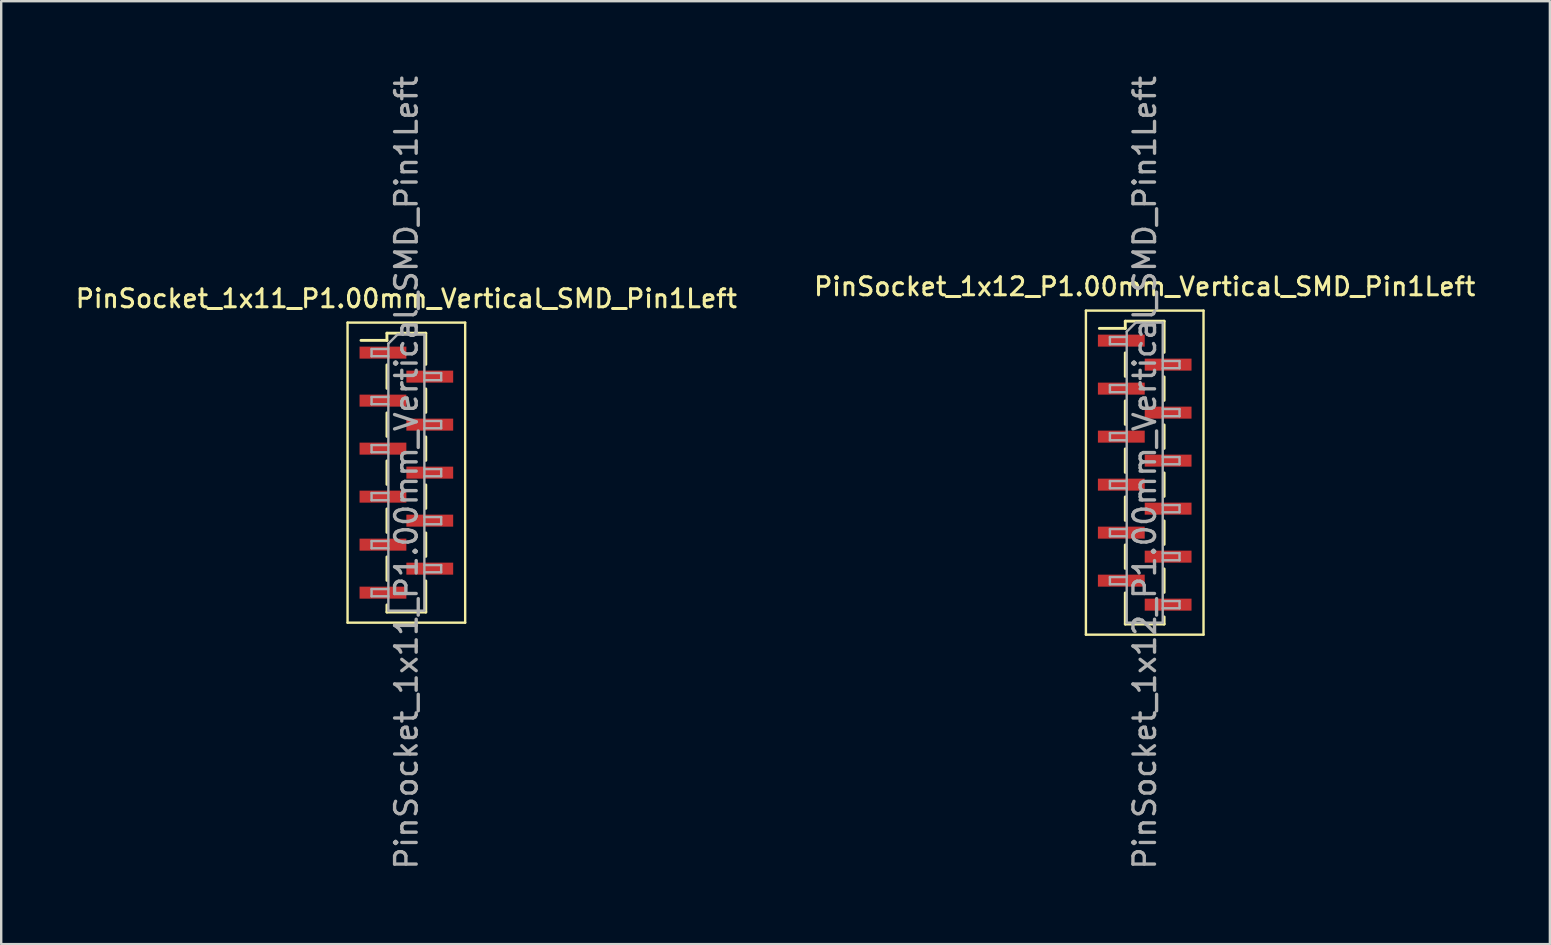
<source format=kicad_pcb>
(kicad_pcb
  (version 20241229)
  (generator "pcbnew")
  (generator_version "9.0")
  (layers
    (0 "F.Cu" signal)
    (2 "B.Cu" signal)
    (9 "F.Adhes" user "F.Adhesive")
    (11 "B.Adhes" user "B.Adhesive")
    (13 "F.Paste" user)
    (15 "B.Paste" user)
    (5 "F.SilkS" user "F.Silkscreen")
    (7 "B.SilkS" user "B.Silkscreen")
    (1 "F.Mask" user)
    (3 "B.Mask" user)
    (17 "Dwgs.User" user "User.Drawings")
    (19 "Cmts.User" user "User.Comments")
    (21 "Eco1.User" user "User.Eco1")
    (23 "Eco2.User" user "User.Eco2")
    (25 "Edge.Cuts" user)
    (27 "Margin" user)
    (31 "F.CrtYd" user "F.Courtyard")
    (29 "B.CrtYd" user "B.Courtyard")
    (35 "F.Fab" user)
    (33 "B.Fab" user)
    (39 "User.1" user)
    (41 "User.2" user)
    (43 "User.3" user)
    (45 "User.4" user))
  (footprint "PinSocket_1x12_P1.00mm_Vertical_SMD_Pin1Left"
    (layer "F.Cu")
    (at 44.641 16.641)
    (property "Reference" "PinSocket_1x12_P1.00mm_Vertical_SMD_Pin1Left" (at 0 -7.75 0) (layer "F.SilkS") (effects (font (size 0.75 0.75) (thickness 0.125))))
    (attr smd)
    (fp_line (start -2.45 -6.75) (end 2.45 -6.75) (stroke (width 0.1) (type solid)) (layer "F.SilkS"))
    (fp_line (start -2.45 6.75) (end -2.45 -6.75) (stroke (width 0.1) (type solid)) (layer "F.SilkS"))
    (fp_line (start -1.89 -6.01) (end -0.81 -6.01) (stroke (width 0.12) (type solid)) (layer "F.SilkS"))
    (fp_line (start -0.81 -6.31) (end -0.81 -6.01) (stroke (width 0.12) (type solid)) (layer "F.SilkS"))
    (fp_line (start -0.81 -6.31) (end 0.81 -6.31) (stroke (width 0.12) (type solid)) (layer "F.SilkS"))
    (fp_line (start -0.81 -4.99) (end -0.81 -4.01) (stroke (width 0.12) (type solid)) (layer "F.SilkS"))
    (fp_line (start -0.81 -2.99) (end -0.81 -2.01) (stroke (width 0.12) (type solid)) (layer "F.SilkS"))
    (fp_line (start -0.81 -0.99) (end -0.81 -0.01) (stroke (width 0.12) (type solid)) (layer "F.SilkS"))
    (fp_line (start -0.81 1.01) (end -0.81 1.99) (stroke (width 0.12) (type solid)) (layer "F.SilkS"))
    (fp_line (start -0.81 3.01) (end -0.81 3.99) (stroke (width 0.12) (type solid)) (layer "F.SilkS"))
    (fp_line (start -0.81 5.01) (end -0.81 6.31) (stroke (width 0.12) (type solid)) (layer "F.SilkS"))
    (fp_line (start -0.81 6.31) (end 0.81 6.31) (stroke (width 0.12) (type solid)) (layer "F.SilkS"))
    (fp_line (start 0.81 -6.31) (end 0.81 -5.01) (stroke (width 0.12) (type solid)) (layer "F.SilkS"))
    (fp_line (start 0.81 -3.99) (end 0.81 -3.01) (stroke (width 0.12) (type solid)) (layer "F.SilkS"))
    (fp_line (start 0.81 -1.99) (end 0.81 -1.01) (stroke (width 0.12) (type solid)) (layer "F.SilkS"))
    (fp_line (start 0.81 0.01) (end 0.81 0.99) (stroke (width 0.12) (type solid)) (layer "F.SilkS"))
    (fp_line (start 0.81 2.01) (end 0.81 2.99) (stroke (width 0.12) (type solid)) (layer "F.SilkS"))
    (fp_line (start 0.81 4.01) (end 0.81 4.99) (stroke (width 0.12) (type solid)) (layer "F.SilkS"))
    (fp_line (start 0.81 6.01) (end 0.81 6.31) (stroke (width 0.12) (type solid)) (layer "F.SilkS"))
    (fp_line (start 2.45 -6.75) (end 2.45 6.75) (stroke (width 0.1) (type solid)) (layer "F.SilkS"))
    (fp_line (start 2.45 6.75) (end -2.45 6.75) (stroke (width 0.1) (type solid)) (layer "F.SilkS"))
    (fp_line (start -1.45 -5.65) (end -0.75 -5.65) (stroke (width 0.1) (type solid)) (layer "F.Fab"))
    (fp_line (start -1.45 -5.35) (end -1.45 -5.65) (stroke (width 0.1) (type solid)) (layer "F.Fab"))
    (fp_line (start -1.45 -3.65) (end -0.75 -3.65) (stroke (width 0.1) (type solid)) (layer "F.Fab"))
    (fp_line (start -1.45 -3.35) (end -1.45 -3.65) (stroke (width 0.1) (type solid)) (layer "F.Fab"))
    (fp_line (start -1.45 -1.65) (end -0.75 -1.65) (stroke (width 0.1) (type solid)) (layer "F.Fab"))
    (fp_line (start -1.45 -1.35) (end -1.45 -1.65) (stroke (width 0.1) (type solid)) (layer "F.Fab"))
    (fp_line (start -1.45 0.35) (end -0.75 0.35) (stroke (width 0.1) (type solid)) (layer "F.Fab"))
    (fp_line (start -1.45 0.65) (end -1.45 0.35) (stroke (width 0.1) (type solid)) (layer "F.Fab"))
    (fp_line (start -1.45 2.35) (end -0.75 2.35) (stroke (width 0.1) (type solid)) (layer "F.Fab"))
    (fp_line (start -1.45 2.65) (end -1.45 2.35) (stroke (width 0.1) (type solid)) (layer "F.Fab"))
    (fp_line (start -1.45 4.35) (end -0.75 4.35) (stroke (width 0.1) (type solid)) (layer "F.Fab"))
    (fp_line (start -1.45 4.65) (end -1.45 4.35) (stroke (width 0.1) (type solid)) (layer "F.Fab"))
    (fp_line (start -0.75 -5.875) (end -0.375 -6.25) (stroke (width 0.1) (type solid)) (layer "F.Fab"))
    (fp_line (start -0.75 -5.35) (end -1.45 -5.35) (stroke (width 0.1) (type solid)) (layer "F.Fab"))
    (fp_line (start -0.75 -3.35) (end -1.45 -3.35) (stroke (width 0.1) (type solid)) (layer "F.Fab"))
    (fp_line (start -0.75 -1.35) (end -1.45 -1.35) (stroke (width 0.1) (type solid)) (layer "F.Fab"))
    (fp_line (start -0.75 0.65) (end -1.45 0.65) (stroke (width 0.1) (type solid)) (layer "F.Fab"))
    (fp_line (start -0.75 2.65) (end -1.45 2.65) (stroke (width 0.1) (type solid)) (layer "F.Fab"))
    (fp_line (start -0.75 4.65) (end -1.45 4.65) (stroke (width 0.1) (type solid)) (layer "F.Fab"))
    (fp_line (start -0.75 6.25) (end -0.75 -5.875) (stroke (width 0.1) (type solid)) (layer "F.Fab"))
    (fp_line (start -0.375 -6.25) (end 0.75 -6.25) (stroke (width 0.1) (type solid)) (layer "F.Fab"))
    (fp_line (start 0.75 -6.25) (end 0.75 6.25) (stroke (width 0.1) (type solid)) (layer "F.Fab"))
    (fp_line (start 0.75 -4.65) (end 1.45 -4.65) (stroke (width 0.1) (type solid)) (layer "F.Fab"))
    (fp_line (start 0.75 -2.65) (end 1.45 -2.65) (stroke (width 0.1) (type solid)) (layer "F.Fab"))
    (fp_line (start 0.75 -0.65) (end 1.45 -0.65) (stroke (width 0.1) (type solid)) (layer "F.Fab"))
    (fp_line (start 0.75 1.35) (end 1.45 1.35) (stroke (width 0.1) (type solid)) (layer "F.Fab"))
    (fp_line (start 0.75 3.35) (end 1.45 3.35) (stroke (width 0.1) (type solid)) (layer "F.Fab"))
    (fp_line (start 0.75 5.35) (end 1.45 5.35) (stroke (width 0.1) (type solid)) (layer "F.Fab"))
    (fp_line (start 0.75 6.25) (end -0.75 6.25) (stroke (width 0.1) (type solid)) (layer "F.Fab"))
    (fp_line (start 1.45 -4.65) (end 1.45 -4.35) (stroke (width 0.1) (type solid)) (layer "F.Fab"))
    (fp_line (start 1.45 -4.35) (end 0.75 -4.35) (stroke (width 0.1) (type solid)) (layer "F.Fab"))
    (fp_line (start 1.45 -2.65) (end 1.45 -2.35) (stroke (width 0.1) (type solid)) (layer "F.Fab"))
    (fp_line (start 1.45 -2.35) (end 0.75 -2.35) (stroke (width 0.1) (type solid)) (layer "F.Fab"))
    (fp_line (start 1.45 -0.65) (end 1.45 -0.35) (stroke (width 0.1) (type solid)) (layer "F.Fab"))
    (fp_line (start 1.45 -0.35) (end 0.75 -0.35) (stroke (width 0.1) (type solid)) (layer "F.Fab"))
    (fp_line (start 1.45 1.35) (end 1.45 1.65) (stroke (width 0.1) (type solid)) (layer "F.Fab"))
    (fp_line (start 1.45 1.65) (end 0.75 1.65) (stroke (width 0.1) (type solid)) (layer "F.Fab"))
    (fp_line (start 1.45 3.35) (end 1.45 3.65) (stroke (width 0.1) (type solid)) (layer "F.Fab"))
    (fp_line (start 1.45 3.65) (end 0.75 3.65) (stroke (width 0.1) (type solid)) (layer "F.Fab"))
    (fp_line (start 1.45 5.35) (end 1.45 5.65) (stroke (width 0.1) (type solid)) (layer "F.Fab"))
    (fp_line (start 1.45 5.65) (end 0.75 5.65) (stroke (width 0.1) (type solid)) (layer "F.Fab"))
    (fp_text user "${REFERENCE}" (at 0 0 90) (layer "F.Fab") (effects (font (size 0.9 0.9) (thickness 0.14))))
    (pad "1" smd rect (at -0.975 -5.5) (size 1.95 0.5) (layers "F.Cu" "F.Mask" "F.Paste"))
    (pad "2" smd rect (at 0.975 -4.5) (size 1.95 0.5) (layers "F.Cu" "F.Mask" "F.Paste"))
    (pad "3" smd rect (at -0.975 -3.5) (size 1.95 0.5) (layers "F.Cu" "F.Mask" "F.Paste"))
    (pad "4" smd rect (at 0.975 -2.5) (size 1.95 0.5) (layers "F.Cu" "F.Mask" "F.Paste"))
    (pad "5" smd rect (at -0.975 -1.5) (size 1.95 0.5) (layers "F.Cu" "F.Mask" "F.Paste"))
    (pad "6" smd rect (at 0.975 -0.5) (size 1.95 0.5) (layers "F.Cu" "F.Mask" "F.Paste"))
    (pad "7" smd rect (at -0.975 0.5) (size 1.95 0.5) (layers "F.Cu" "F.Mask" "F.Paste"))
    (pad "8" smd rect (at 0.975 1.5) (size 1.95 0.5) (layers "F.Cu" "F.Mask" "F.Paste"))
    (pad "9" smd rect (at -0.975 2.5) (size 1.95 0.5) (layers "F.Cu" "F.Mask" "F.Paste"))
    (pad "10" smd rect (at 0.975 3.5) (size 1.95 0.5) (layers "F.Cu" "F.Mask" "F.Paste"))
    (pad "11" smd rect (at -0.975 4.5) (size 1.95 0.5) (layers "F.Cu" "F.Mask" "F.Paste"))
    (pad "12" smd rect (at 0.975 5.5) (size 1.95 0.5) (layers "F.Cu" "F.Mask" "F.Paste")))
  (footprint "PinSocket_1x11_P1.00mm_Vertical_SMD_Pin1Left"
    (layer "F.Cu")
    (at 13.88 16.641)
    (property "Reference" "PinSocket_1x11_P1.00mm_Vertical_SMD_Pin1Left" (at 0 -7.25 0) (layer "F.SilkS") (effects (font (size 0.75 0.75) (thickness 0.125))))
    (attr smd)
    (fp_line (start -2.45 -6.25) (end 2.45 -6.25) (stroke (width 0.1) (type solid)) (layer "F.SilkS"))
    (fp_line (start -2.45 6.25) (end -2.45 -6.25) (stroke (width 0.1) (type solid)) (layer "F.SilkS"))
    (fp_line (start -1.89 -5.51) (end -0.81 -5.51) (stroke (width 0.12) (type solid)) (layer "F.SilkS"))
    (fp_line (start -0.81 -5.81) (end -0.81 -5.51) (stroke (width 0.12) (type solid)) (layer "F.SilkS"))
    (fp_line (start -0.81 -5.81) (end 0.81 -5.81) (stroke (width 0.12) (type solid)) (layer "F.SilkS"))
    (fp_line (start -0.81 -4.49) (end -0.81 -3.51) (stroke (width 0.12) (type solid)) (layer "F.SilkS"))
    (fp_line (start -0.81 -2.49) (end -0.81 -1.51) (stroke (width 0.12) (type solid)) (layer "F.SilkS"))
    (fp_line (start -0.81 -0.49) (end -0.81 0.49) (stroke (width 0.12) (type solid)) (layer "F.SilkS"))
    (fp_line (start -0.81 1.51) (end -0.81 2.49) (stroke (width 0.12) (type solid)) (layer "F.SilkS"))
    (fp_line (start -0.81 3.51) (end -0.81 4.49) (stroke (width 0.12) (type solid)) (layer "F.SilkS"))
    (fp_line (start -0.81 5.51) (end -0.81 5.81) (stroke (width 0.12) (type solid)) (layer "F.SilkS"))
    (fp_line (start -0.81 5.81) (end 0.81 5.81) (stroke (width 0.12) (type solid)) (layer "F.SilkS"))
    (fp_line (start 0.81 -5.81) (end 0.81 -4.51) (stroke (width 0.12) (type solid)) (layer "F.SilkS"))
    (fp_line (start 0.81 -3.49) (end 0.81 -2.51) (stroke (width 0.12) (type solid)) (layer "F.SilkS"))
    (fp_line (start 0.81 -1.49) (end 0.81 -0.51) (stroke (width 0.12) (type solid)) (layer "F.SilkS"))
    (fp_line (start 0.81 0.51) (end 0.81 1.49) (stroke (width 0.12) (type solid)) (layer "F.SilkS"))
    (fp_line (start 0.81 2.51) (end 0.81 3.49) (stroke (width 0.12) (type solid)) (layer "F.SilkS"))
    (fp_line (start 0.81 4.51) (end 0.81 5.81) (stroke (width 0.12) (type solid)) (layer "F.SilkS"))
    (fp_line (start 2.45 -6.25) (end 2.45 6.25) (stroke (width 0.1) (type solid)) (layer "F.SilkS"))
    (fp_line (start 2.45 6.25) (end -2.45 6.25) (stroke (width 0.1) (type solid)) (layer "F.SilkS"))
    (fp_line (start -1.45 -5.15) (end -0.75 -5.15) (stroke (width 0.1) (type solid)) (layer "F.Fab"))
    (fp_line (start -1.45 -4.85) (end -1.45 -5.15) (stroke (width 0.1) (type solid)) (layer "F.Fab"))
    (fp_line (start -1.45 -3.15) (end -0.75 -3.15) (stroke (width 0.1) (type solid)) (layer "F.Fab"))
    (fp_line (start -1.45 -2.85) (end -1.45 -3.15) (stroke (width 0.1) (type solid)) (layer "F.Fab"))
    (fp_line (start -1.45 -1.15) (end -0.75 -1.15) (stroke (width 0.1) (type solid)) (layer "F.Fab"))
    (fp_line (start -1.45 -0.85) (end -1.45 -1.15) (stroke (width 0.1) (type solid)) (layer "F.Fab"))
    (fp_line (start -1.45 0.85) (end -0.75 0.85) (stroke (width 0.1) (type solid)) (layer "F.Fab"))
    (fp_line (start -1.45 1.15) (end -1.45 0.85) (stroke (width 0.1) (type solid)) (layer "F.Fab"))
    (fp_line (start -1.45 2.85) (end -0.75 2.85) (stroke (width 0.1) (type solid)) (layer "F.Fab"))
    (fp_line (start -1.45 3.15) (end -1.45 2.85) (stroke (width 0.1) (type solid)) (layer "F.Fab"))
    (fp_line (start -1.45 4.85) (end -0.75 4.85) (stroke (width 0.1) (type solid)) (layer "F.Fab"))
    (fp_line (start -1.45 5.15) (end -1.45 4.85) (stroke (width 0.1) (type solid)) (layer "F.Fab"))
    (fp_line (start -0.75 -5.375) (end -0.375 -5.75) (stroke (width 0.1) (type solid)) (layer "F.Fab"))
    (fp_line (start -0.75 -4.85) (end -1.45 -4.85) (stroke (width 0.1) (type solid)) (layer "F.Fab"))
    (fp_line (start -0.75 -2.85) (end -1.45 -2.85) (stroke (width 0.1) (type solid)) (layer "F.Fab"))
    (fp_line (start -0.75 -0.85) (end -1.45 -0.85) (stroke (width 0.1) (type solid)) (layer "F.Fab"))
    (fp_line (start -0.75 1.15) (end -1.45 1.15) (stroke (width 0.1) (type solid)) (layer "F.Fab"))
    (fp_line (start -0.75 3.15) (end -1.45 3.15) (stroke (width 0.1) (type solid)) (layer "F.Fab"))
    (fp_line (start -0.75 5.15) (end -1.45 5.15) (stroke (width 0.1) (type solid)) (layer "F.Fab"))
    (fp_line (start -0.75 5.75) (end -0.75 -5.375) (stroke (width 0.1) (type solid)) (layer "F.Fab"))
    (fp_line (start -0.375 -5.75) (end 0.75 -5.75) (stroke (width 0.1) (type solid)) (layer "F.Fab"))
    (fp_line (start 0.75 -5.75) (end 0.75 5.75) (stroke (width 0.1) (type solid)) (layer "F.Fab"))
    (fp_line (start 0.75 -4.15) (end 1.45 -4.15) (stroke (width 0.1) (type solid)) (layer "F.Fab"))
    (fp_line (start 0.75 -2.15) (end 1.45 -2.15) (stroke (width 0.1) (type solid)) (layer "F.Fab"))
    (fp_line (start 0.75 -0.15) (end 1.45 -0.15) (stroke (width 0.1) (type solid)) (layer "F.Fab"))
    (fp_line (start 0.75 1.85) (end 1.45 1.85) (stroke (width 0.1) (type solid)) (layer "F.Fab"))
    (fp_line (start 0.75 3.85) (end 1.45 3.85) (stroke (width 0.1) (type solid)) (layer "F.Fab"))
    (fp_line (start 0.75 5.75) (end -0.75 5.75) (stroke (width 0.1) (type solid)) (layer "F.Fab"))
    (fp_line (start 1.45 -4.15) (end 1.45 -3.85) (stroke (width 0.1) (type solid)) (layer "F.Fab"))
    (fp_line (start 1.45 -3.85) (end 0.75 -3.85) (stroke (width 0.1) (type solid)) (layer "F.Fab"))
    (fp_line (start 1.45 -2.15) (end 1.45 -1.85) (stroke (width 0.1) (type solid)) (layer "F.Fab"))
    (fp_line (start 1.45 -1.85) (end 0.75 -1.85) (stroke (width 0.1) (type solid)) (layer "F.Fab"))
    (fp_line (start 1.45 -0.15) (end 1.45 0.15) (stroke (width 0.1) (type solid)) (layer "F.Fab"))
    (fp_line (start 1.45 0.15) (end 0.75 0.15) (stroke (width 0.1) (type solid)) (layer "F.Fab"))
    (fp_line (start 1.45 1.85) (end 1.45 2.15) (stroke (width 0.1) (type solid)) (layer "F.Fab"))
    (fp_line (start 1.45 2.15) (end 0.75 2.15) (stroke (width 0.1) (type solid)) (layer "F.Fab"))
    (fp_line (start 1.45 3.85) (end 1.45 4.15) (stroke (width 0.1) (type solid)) (layer "F.Fab"))
    (fp_line (start 1.45 4.15) (end 0.75 4.15) (stroke (width 0.1) (type solid)) (layer "F.Fab"))
    (fp_text user "${REFERENCE}" (at 0 0 90) (layer "F.Fab") (effects (font (size 0.9 0.9) (thickness 0.14))))
    (pad "1" smd rect (at -0.975 -5) (size 1.95 0.5) (layers "F.Cu" "F.Mask" "F.Paste"))
    (pad "2" smd rect (at 0.975 -4) (size 1.95 0.5) (layers "F.Cu" "F.Mask" "F.Paste"))
    (pad "3" smd rect (at -0.975 -3) (size 1.95 0.5) (layers "F.Cu" "F.Mask" "F.Paste"))
    (pad "4" smd rect (at 0.975 -2) (size 1.95 0.5) (layers "F.Cu" "F.Mask" "F.Paste"))
    (pad "5" smd rect (at -0.975 -1) (size 1.95 0.5) (layers "F.Cu" "F.Mask" "F.Paste"))
    (pad "6" smd rect (at 0.975 0) (size 1.95 0.5) (layers "F.Cu" "F.Mask" "F.Paste"))
    (pad "7" smd rect (at -0.975 1) (size 1.95 0.5) (layers "F.Cu" "F.Mask" "F.Paste"))
    (pad "8" smd rect (at 0.975 2) (size 1.95 0.5) (layers "F.Cu" "F.Mask" "F.Paste"))
    (pad "9" smd rect (at -0.975 3) (size 1.95 0.5) (layers "F.Cu" "F.Mask" "F.Paste"))
    (pad "10" smd rect (at 0.975 4) (size 1.95 0.5) (layers "F.Cu" "F.Mask" "F.Paste"))
    (pad "11" smd rect (at -0.975 5) (size 1.95 0.5) (layers "F.Cu" "F.Mask" "F.Paste")))
  (gr_rect
    (start -3 -3)
    (end 61.521 36.283)
    (stroke (width 0.1) (type default))
    (fill no)
    (layer "Edge.Cuts")))
</source>
